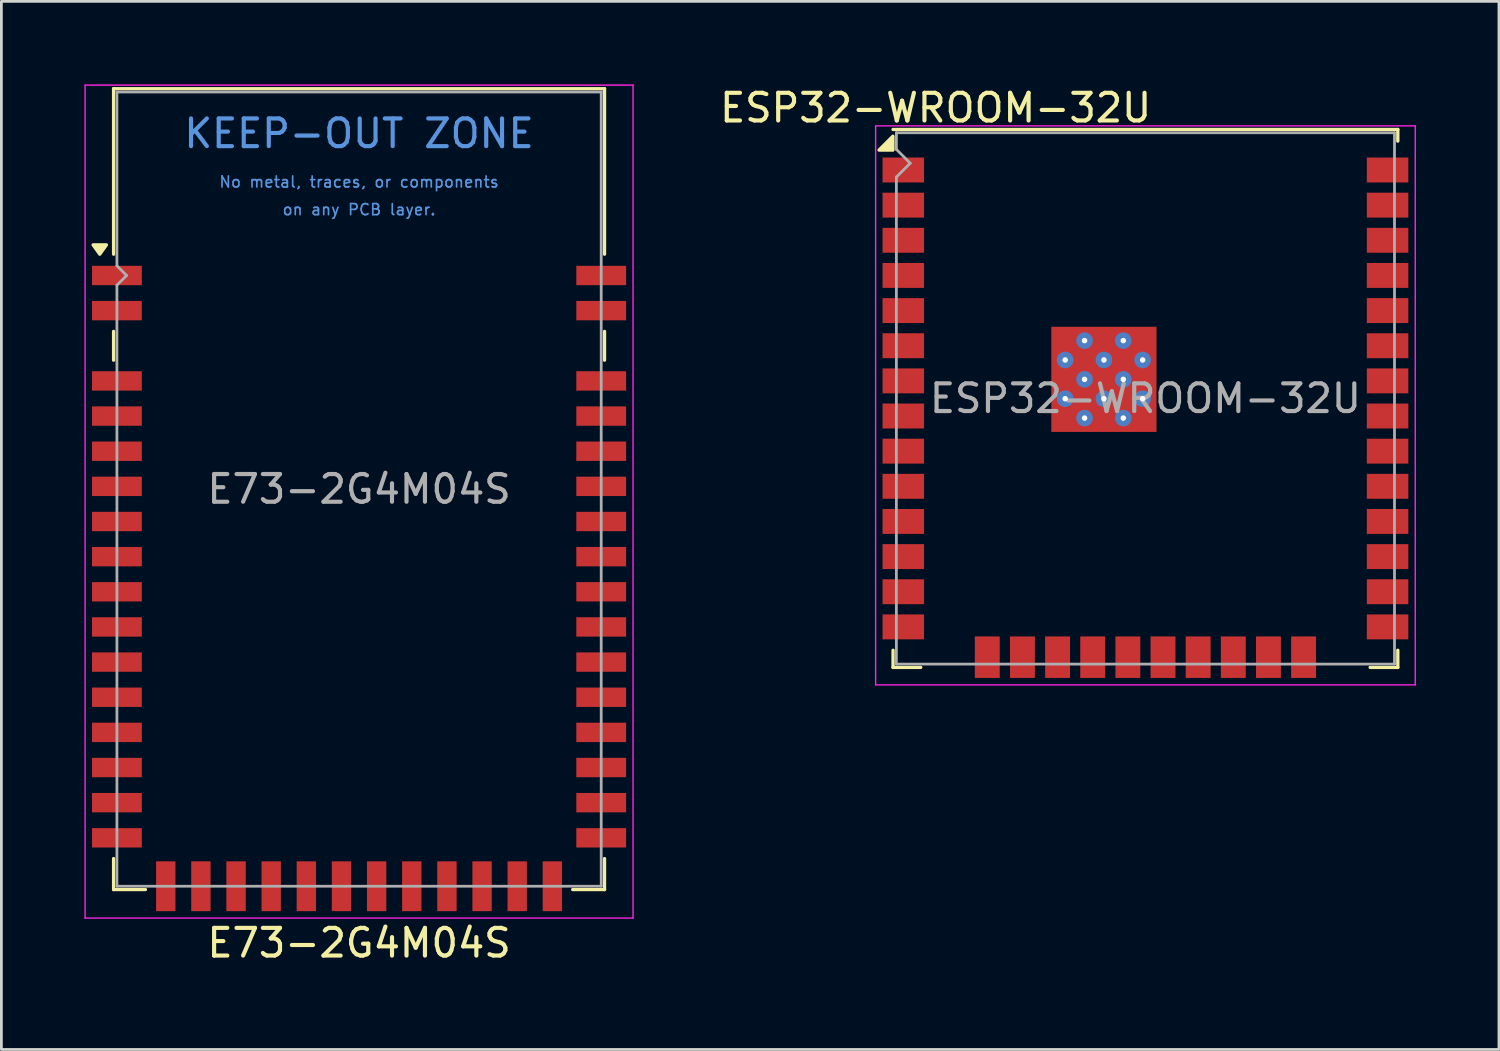
<source format=kicad_pcb>
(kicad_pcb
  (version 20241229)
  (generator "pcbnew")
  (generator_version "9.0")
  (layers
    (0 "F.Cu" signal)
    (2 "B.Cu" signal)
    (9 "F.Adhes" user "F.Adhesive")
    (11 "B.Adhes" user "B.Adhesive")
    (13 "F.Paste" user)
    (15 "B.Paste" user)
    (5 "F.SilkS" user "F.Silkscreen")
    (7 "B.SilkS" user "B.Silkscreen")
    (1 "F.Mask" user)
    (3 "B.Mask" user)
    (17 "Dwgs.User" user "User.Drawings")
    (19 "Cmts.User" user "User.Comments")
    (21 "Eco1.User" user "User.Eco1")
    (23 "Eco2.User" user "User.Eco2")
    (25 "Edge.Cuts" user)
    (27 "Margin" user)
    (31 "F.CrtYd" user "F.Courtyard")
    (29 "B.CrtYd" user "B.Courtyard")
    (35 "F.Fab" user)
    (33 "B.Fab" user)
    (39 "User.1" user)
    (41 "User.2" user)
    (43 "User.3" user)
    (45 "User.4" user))
  (footprint "ESP32-WROOM-32U"
    (layer "F.Cu")
    (at 38.341 11.348)
    (property "Reference" "ESP32-WROOM-32U" (at -7.58 -10.5 180) (layer "F.SilkS") (effects (font (size 1 1) (thickness 0.15))))
    (attr smd)
    (fp_line (start -9.12 -9.72) (end 9.12 -9.72) (stroke (width 0.12) (type solid)) (layer "F.SilkS"))
    (fp_line (start -9.12 9.1) (end -9.12 9.72) (stroke (width 0.12) (type solid)) (layer "F.SilkS"))
    (fp_line (start -9.12 9.72) (end -8.12 9.72) (stroke (width 0.12) (type solid)) (layer "F.SilkS"))
    (fp_line (start 9.12 -9.72) (end 9.12 -9.3) (stroke (width 0.12) (type solid)) (layer "F.SilkS"))
    (fp_line (start 9.12 9.1) (end 9.12 9.72) (stroke (width 0.12) (type solid)) (layer "F.SilkS"))
    (fp_line (start 9.12 9.72) (end 8.12 9.72) (stroke (width 0.12) (type solid)) (layer "F.SilkS"))
    (fp_poly (pts (xy -9.125 -8.975) (xy -9.625 -8.975) (xy -9.125 -9.475) (xy -9.125 -8.975)) (stroke (width 0.12) (type solid)) (fill yes) (layer "F.SilkS"))
    (fp_line (start -9.75 10.35) (end -9.75 -9.85) (stroke (width 0.05) (type solid)) (layer "F.CrtYd"))
    (fp_line (start -9.75 10.35) (end 9.75 10.35) (stroke (width 0.05) (type solid)) (layer "F.CrtYd"))
    (fp_line (start 9.75 -9.85) (end -9.75 -9.85) (stroke (width 0.05) (type solid)) (layer "F.CrtYd"))
    (fp_line (start 9.75 -9.85) (end 9.75 10.35) (stroke (width 0.05) (type solid)) (layer "F.CrtYd"))
    (fp_line (start -9 -9.6) (end -9 -9) (stroke (width 0.1) (type solid)) (layer "F.Fab"))
    (fp_line (start -9 -9.6) (end 9 -9.6) (stroke (width 0.1) (type solid)) (layer "F.Fab"))
    (fp_line (start -9 -8) (end -9 9.6) (stroke (width 0.1) (type solid)) (layer "F.Fab"))
    (fp_line (start -9 -8) (end -8.5 -8.5) (stroke (width 0.1) (type solid)) (layer "F.Fab"))
    (fp_line (start -9 9.6) (end 9 9.6) (stroke (width 0.1) (type solid)) (layer "F.Fab"))
    (fp_line (start -8.5 -8.5) (end -9 -9) (stroke (width 0.1) (type solid)) (layer "F.Fab"))
    (fp_line (start 9 9.6) (end 9 -9.6) (stroke (width 0.1) (type solid)) (layer "F.Fab"))
    (fp_text user "${REFERENCE}" (at 0 0 0) (layer "F.Fab") (effects (font (size 1 1) (thickness 0.15))))
    (pad "1" smd rect (at -8.75 -8.255) (size 1.5 0.9) (layers "F.Cu" "F.Mask" "F.Paste"))
    (pad "2" smd rect (at -8.75 -6.985) (size 1.5 0.9) (layers "F.Cu" "F.Mask" "F.Paste"))
    (pad "3" smd rect (at -8.75 -5.715) (size 1.5 0.9) (layers "F.Cu" "F.Mask" "F.Paste"))
    (pad "4" smd rect (at -8.75 -4.445) (size 1.5 0.9) (layers "F.Cu" "F.Mask" "F.Paste"))
    (pad "5" smd rect (at -8.75 -3.175) (size 1.5 0.9) (layers "F.Cu" "F.Mask" "F.Paste"))
    (pad "6" smd rect (at -8.75 -1.905) (size 1.5 0.9) (layers "F.Cu" "F.Mask" "F.Paste"))
    (pad "7" smd rect (at -8.75 -0.635) (size 1.5 0.9) (layers "F.Cu" "F.Mask" "F.Paste"))
    (pad "8" smd rect (at -8.75 0.635) (size 1.5 0.9) (layers "F.Cu" "F.Mask" "F.Paste"))
    (pad "9" smd rect (at -8.75 1.905) (size 1.5 0.9) (layers "F.Cu" "F.Mask" "F.Paste"))
    (pad "10" smd rect (at -8.75 3.175) (size 1.5 0.9) (layers "F.Cu" "F.Mask" "F.Paste"))
    (pad "11" smd rect (at -8.75 4.445) (size 1.5 0.9) (layers "F.Cu" "F.Mask" "F.Paste"))
    (pad "12" smd rect (at -8.75 5.715) (size 1.5 0.9) (layers "F.Cu" "F.Mask" "F.Paste"))
    (pad "13" smd rect (at -8.75 6.985) (size 1.5 0.9) (layers "F.Cu" "F.Mask" "F.Paste"))
    (pad "14" smd rect (at -8.75 8.255) (size 1.5 0.9) (layers "F.Cu" "F.Mask" "F.Paste"))
    (pad "15" smd rect (at -5.715 9.35 90) (size 1.5 0.9) (layers "F.Cu" "F.Mask" "F.Paste"))
    (pad "16" smd rect (at -4.445 9.35 90) (size 1.5 0.9) (layers "F.Cu" "F.Mask" "F.Paste"))
    (pad "17" smd rect (at -3.175 9.35 90) (size 1.5 0.9) (layers "F.Cu" "F.Mask" "F.Paste"))
    (pad "18" smd rect (at -1.905 9.35 90) (size 1.5 0.9) (layers "F.Cu" "F.Mask" "F.Paste"))
    (pad "19" smd rect (at -0.635 9.35 90) (size 1.5 0.9) (layers "F.Cu" "F.Mask" "F.Paste"))
    (pad "20" smd rect (at 0.635 9.35 90) (size 1.5 0.9) (layers "F.Cu" "F.Mask" "F.Paste"))
    (pad "21" smd rect (at 1.905 9.35 90) (size 1.5 0.9) (layers "F.Cu" "F.Mask" "F.Paste"))
    (pad "22" smd rect (at 3.175 9.35 90) (size 1.5 0.9) (layers "F.Cu" "F.Mask" "F.Paste"))
    (pad "23" smd rect (at 4.445 9.35 90) (size 1.5 0.9) (layers "F.Cu" "F.Mask" "F.Paste"))
    (pad "24" smd rect (at 5.715 9.35 90) (size 1.5 0.9) (layers "F.Cu" "F.Mask" "F.Paste"))
    (pad "25" smd rect (at 8.75 8.255) (size 1.5 0.9) (layers "F.Cu" "F.Mask" "F.Paste"))
    (pad "26" smd rect (at 8.75 6.985) (size 1.5 0.9) (layers "F.Cu" "F.Mask" "F.Paste"))
    (pad "27" smd rect (at 8.75 5.715) (size 1.5 0.9) (layers "F.Cu" "F.Mask" "F.Paste"))
    (pad "28" smd rect (at 8.75 4.445) (size 1.5 0.9) (layers "F.Cu" "F.Mask" "F.Paste"))
    (pad "29" smd rect (at 8.75 3.175) (size 1.5 0.9) (layers "F.Cu" "F.Mask" "F.Paste"))
    (pad "30" smd rect (at 8.75 1.905) (size 1.5 0.9) (layers "F.Cu" "F.Mask" "F.Paste"))
    (pad "31" smd rect (at 8.75 0.635) (size 1.5 0.9) (layers "F.Cu" "F.Mask" "F.Paste"))
    (pad "32" smd rect (at 8.75 -0.635) (size 1.5 0.9) (layers "F.Cu" "F.Mask" "F.Paste"))
    (pad "33" smd rect (at 8.75 -1.905) (size 1.5 0.9) (layers "F.Cu" "F.Mask" "F.Paste"))
    (pad "34" smd rect (at 8.75 -3.175) (size 1.5 0.9) (layers "F.Cu" "F.Mask" "F.Paste"))
    (pad "35" smd rect (at 8.75 -4.445) (size 1.5 0.9) (layers "F.Cu" "F.Mask" "F.Paste"))
    (pad "36" smd rect (at 8.75 -5.715) (size 1.5 0.9) (layers "F.Cu" "F.Mask" "F.Paste"))
    (pad "37" smd rect (at 8.75 -6.985) (size 1.5 0.9) (layers "F.Cu" "F.Mask" "F.Paste"))
    (pad "38" smd rect (at 8.75 -8.255) (size 1.5 0.9) (layers "F.Cu" "F.Mask" "F.Paste"))
    (pad "39" smd rect (at -2.9 -2.09) (size 0.9 0.9) (layers "F.Cu" "F.Paste"))
    (pad "39" thru_hole circle (at -2.9 -1.39) (size 0.6 0.6) (drill 0.2) (property pad_prop_heatsink) (layers "*.Cu" "F.Mask"))
    (pad "39" smd rect (at -2.9 -0.69) (size 0.9 0.9) (layers "F.Cu" "F.Paste"))
    (pad "39" thru_hole circle (at -2.9 0.01) (size 0.6 0.6) (drill 0.2) (property pad_prop_heatsink) (layers "*.Cu" "F.Mask"))
    (pad "39" smd rect (at -2.9 0.71) (size 0.9 0.9) (layers "F.Cu" "F.Paste"))
    (pad "39" thru_hole circle (at -2.2 -2.09) (size 0.6 0.6) (drill 0.2) (property pad_prop_heatsink) (layers "*.Cu" "F.Mask"))
    (pad "39" thru_hole circle (at -2.2 -0.69) (size 0.6 0.6) (drill 0.2) (property pad_prop_heatsink) (layers "*.Cu" "F.Mask"))
    (pad "39" thru_hole circle (at -2.2 0.71) (size 0.6 0.6) (drill 0.2) (property pad_prop_heatsink) (layers "*.Cu" "F.Mask"))
    (pad "39" smd rect (at -1.5 -2.09) (size 0.9 0.9) (layers "F.Cu" "F.Paste"))
    (pad "39" thru_hole circle (at -1.5 -1.39) (size 0.6 0.6) (drill 0.2) (property pad_prop_heatsink) (layers "*.Cu" "F.Mask"))
    (pad "39" smd rect (at -1.5 -0.69) (size 0.9 0.9) (layers "F.Cu" "F.Paste"))
    (pad "39" smd rect (at -1.5 -0.69) (size 3.8 3.8) (property pad_prop_heatsink) (layers "F.Cu" "F.Mask"))
    (pad "39" thru_hole circle (at -1.5 0.01) (size 0.6 0.6) (drill 0.2) (property pad_prop_heatsink) (layers "*.Cu" "F.Mask"))
    (pad "39" smd rect (at -1.5 0.71) (size 0.9 0.9) (layers "F.Cu" "F.Paste"))
    (pad "39" thru_hole circle (at -0.8 -2.09) (size 0.6 0.6) (drill 0.2) (property pad_prop_heatsink) (layers "*.Cu" "F.Mask"))
    (pad "39" thru_hole circle (at -0.8 -0.69) (size 0.6 0.6) (drill 0.2) (property pad_prop_heatsink) (layers "*.Cu" "F.Mask"))
    (pad "39" thru_hole circle (at -0.8 0.71) (size 0.6 0.6) (drill 0.2) (property pad_prop_heatsink) (layers "*.Cu" "F.Mask"))
    (pad "39" smd rect (at -0.1 -2.09) (size 0.9 0.9) (layers "F.Cu" "F.Paste"))
    (pad "39" thru_hole circle (at -0.1 -1.39) (size 0.6 0.6) (drill 0.2) (property pad_prop_heatsink) (layers "*.Cu" "F.Mask"))
    (pad "39" smd rect (at -0.1 -0.69) (size 0.9 0.9) (layers "F.Cu" "F.Paste"))
    (pad "39" thru_hole circle (at -0.1 0.01) (size 0.6 0.6) (drill 0.2) (property pad_prop_heatsink) (layers "*.Cu" "F.Mask"))
    (pad "39" smd rect (at -0.1 0.71) (size 0.9 0.9) (layers "F.Cu" "F.Paste")))
  (footprint "E73-2G4M04S"
    (layer "F.Cu")
    (at 9.925 14.625)
    (property "Reference" "E73-2G4M04S" (at 0 16.4 0) (layer "F.SilkS") (effects (font (size 1 1) (thickness 0.15))))
    (attr smd)
    (fp_line (start -8.87 -14.47) (end -8.87 -8.49) (stroke (width 0.12) (type solid)) (layer "F.SilkS"))
    (fp_line (start -8.87 -5.7) (end -8.87 -4.66) (stroke (width 0.12) (type solid)) (layer "F.SilkS"))
    (fp_line (start -8.87 14.47) (end -8.87 13.35) (stroke (width 0.12) (type solid)) (layer "F.SilkS"))
    (fp_line (start -8.87 14.47) (end -7.72 14.47) (stroke (width 0.12) (type solid)) (layer "F.SilkS"))
    (fp_line (start 8.87 -14.47) (end -8.87 -14.47) (stroke (width 0.12) (type solid)) (layer "F.SilkS"))
    (fp_line (start 8.87 -14.47) (end 8.87 -8.49) (stroke (width 0.12) (type solid)) (layer "F.SilkS"))
    (fp_line (start 8.87 -5.7) (end 8.87 -4.66) (stroke (width 0.12) (type solid)) (layer "F.SilkS"))
    (fp_line (start 8.87 14.47) (end 7.72 14.47) (stroke (width 0.12) (type solid)) (layer "F.SilkS"))
    (fp_line (start 8.87 14.47) (end 8.87 13.35) (stroke (width 0.12) (type solid)) (layer "F.SilkS"))
    (fp_poly (pts (xy -9.37 -8.49) (xy -9.61 -8.826) (xy -9.13 -8.826) (xy -9.37 -8.49)) (stroke (width 0.12) (type solid)) (fill yes) (layer "F.SilkS"))
    (fp_line (start -9.9 -14.6) (end -9.9 15.5) (stroke (width 0.05) (type solid)) (layer "F.CrtYd"))
    (fp_line (start -9.9 15.5) (end 9.9 15.5) (stroke (width 0.05) (type solid)) (layer "F.CrtYd"))
    (fp_line (start 9.9 -14.6) (end -9.9 -14.6) (stroke (width 0.05) (type solid)) (layer "F.CrtYd"))
    (fp_line (start 9.9 15.5) (end 9.9 -14.6) (stroke (width 0.05) (type solid)) (layer "F.CrtYd"))
    (fp_line (start -8.75 -8.07) (end -8.75 -14.35) (stroke (width 0.1) (type solid)) (layer "F.Fab"))
    (fp_line (start -8.75 -8.07) (end -8.4 -7.72) (stroke (width 0.1) (type solid)) (layer "F.Fab"))
    (fp_line (start -8.75 -7.37) (end -8.75 14.35) (stroke (width 0.1) (type solid)) (layer "F.Fab"))
    (fp_line (start -8.75 14.35) (end 8.75 14.35) (stroke (width 0.1) (type solid)) (layer "F.Fab"))
    (fp_line (start -8.4 -7.72) (end -8.75 -7.37) (stroke (width 0.1) (type solid)) (layer "F.Fab"))
    (fp_line (start 8.75 -14.35) (end -8.75 -14.35) (stroke (width 0.1) (type solid)) (layer "F.Fab"))
    (fp_line (start 8.75 14.35) (end 8.75 -14.35) (stroke (width 0.1) (type solid)) (layer "F.Fab"))
    (fp_text user "on any PCB layer." (at 0 -10.1 0) (layer "Cmts.User") (effects (font (size 0.4 0.4) (thickness 0.06))))
    (fp_text user "KEEP-OUT ZONE" (at 0 -12.85 0) (layer "Cmts.User") (effects (font (size 1 1) (thickness 0.15))))
    (fp_text user "No metal, traces, or components" (at 0 -11.1 0) (layer "Cmts.User") (effects (font (size 0.4 0.4) (thickness 0.06))))
    (fp_text user "${REFERENCE}" (at 0 0 0) (layer "F.Fab") (effects (font (size 1 1) (thickness 0.15))))
    (pad "0" smd rect (at -8.75 -7.72) (size 1.8 0.7) (layers "F.Cu" "F.Mask" "F.Paste"))
    (pad "1" smd rect (at -8.75 -6.45) (size 1.8 0.7) (layers "F.Cu" "F.Mask" "F.Paste"))
    (pad "2" smd rect (at -8.75 -3.91) (size 1.8 0.7) (layers "F.Cu" "F.Mask" "F.Paste"))
    (pad "3" smd rect (at -8.75 -2.64) (size 1.8 0.7) (layers "F.Cu" "F.Mask" "F.Paste"))
    (pad "4" smd rect (at -8.75 -1.37) (size 1.8 0.7) (layers "F.Cu" "F.Mask" "F.Paste"))
    (pad "5" smd rect (at -8.75 -0.1) (size 1.8 0.7) (layers "F.Cu" "F.Mask" "F.Paste"))
    (pad "6" smd rect (at -8.75 1.17) (size 1.8 0.7) (layers "F.Cu" "F.Mask" "F.Paste"))
    (pad "7" smd rect (at -8.75 2.44) (size 1.8 0.7) (layers "F.Cu" "F.Mask" "F.Paste"))
    (pad "8" smd rect (at -8.75 3.71) (size 1.8 0.7) (layers "F.Cu" "F.Mask" "F.Paste"))
    (pad "9" smd rect (at -8.75 4.98) (size 1.8 0.7) (layers "F.Cu" "F.Mask" "F.Paste"))
    (pad "10" smd rect (at -8.75 6.25) (size 1.8 0.7) (layers "F.Cu" "F.Mask" "F.Paste"))
    (pad "11" smd rect (at -8.75 7.52) (size 1.8 0.7) (layers "F.Cu" "F.Mask" "F.Paste"))
    (pad "12" smd rect (at -8.75 8.79) (size 1.8 0.7) (layers "F.Cu" "F.Mask" "F.Paste"))
    (pad "13" smd rect (at -8.75 10.06) (size 1.8 0.7) (layers "F.Cu" "F.Mask" "F.Paste"))
    (pad "14" smd rect (at -8.75 11.33) (size 1.8 0.7) (layers "F.Cu" "F.Mask" "F.Paste"))
    (pad "15" smd rect (at -8.75 12.6) (size 1.8 0.7) (layers "F.Cu" "F.Mask" "F.Paste"))
    (pad "16" smd rect (at -6.985 14.35) (size 0.7 1.8) (layers "F.Cu" "F.Mask" "F.Paste"))
    (pad "17" smd rect (at -5.715 14.35) (size 0.7 1.8) (layers "F.Cu" "F.Mask" "F.Paste"))
    (pad "18" smd rect (at -4.445 14.35) (size 0.7 1.8) (layers "F.Cu" "F.Mask" "F.Paste"))
    (pad "19" smd rect (at -3.175 14.35) (size 0.7 1.8) (layers "F.Cu" "F.Mask" "F.Paste"))
    (pad "20" smd rect (at -1.905 14.35) (size 0.7 1.8) (layers "F.Cu" "F.Mask" "F.Paste"))
    (pad "21" smd rect (at -0.635 14.35) (size 0.7 1.8) (layers "F.Cu" "F.Mask" "F.Paste"))
    (pad "22" smd rect (at 0.635 14.35) (size 0.7 1.8) (layers "F.Cu" "F.Mask" "F.Paste"))
    (pad "23" smd rect (at 1.905 14.35) (size 0.7 1.8) (layers "F.Cu" "F.Mask" "F.Paste"))
    (pad "24" smd rect (at 3.175 14.35) (size 0.7 1.8) (layers "F.Cu" "F.Mask" "F.Paste"))
    (pad "25" smd rect (at 4.445 14.35) (size 0.7 1.8) (layers "F.Cu" "F.Mask" "F.Paste"))
    (pad "26" smd rect (at 5.715 14.35) (size 0.7 1.8) (layers "F.Cu" "F.Mask" "F.Paste"))
    (pad "27" smd rect (at 6.985 14.35) (size 0.7 1.8) (layers "F.Cu" "F.Mask" "F.Paste"))
    (pad "28" smd rect (at 8.75 12.6) (size 1.8 0.7) (layers "F.Cu" "F.Mask" "F.Paste"))
    (pad "29" smd rect (at 8.75 11.33) (size 1.8 0.7) (layers "F.Cu" "F.Mask" "F.Paste"))
    (pad "30" smd rect (at 8.75 10.06) (size 1.8 0.7) (layers "F.Cu" "F.Mask" "F.Paste"))
    (pad "31" smd rect (at 8.75 8.79) (size 1.8 0.7) (layers "F.Cu" "F.Mask" "F.Paste"))
    (pad "32" smd rect (at 8.75 7.52) (size 1.8 0.7) (layers "F.Cu" "F.Mask" "F.Paste"))
    (pad "33" smd rect (at 8.75 6.25) (size 1.8 0.7) (layers "F.Cu" "F.Mask" "F.Paste"))
    (pad "34" smd rect (at 8.75 4.98) (size 1.8 0.7) (layers "F.Cu" "F.Mask" "F.Paste"))
    (pad "35" smd rect (at 8.75 3.71) (size 1.8 0.7) (layers "F.Cu" "F.Mask" "F.Paste"))
    (pad "36" smd rect (at 8.75 2.44) (size 1.8 0.7) (layers "F.Cu" "F.Mask" "F.Paste"))
    (pad "37" smd rect (at 8.75 1.17) (size 1.8 0.7) (layers "F.Cu" "F.Mask" "F.Paste"))
    (pad "38" smd rect (at 8.75 -0.1) (size 1.8 0.7) (layers "F.Cu" "F.Mask" "F.Paste"))
    (pad "39" smd rect (at 8.75 -1.37) (size 1.8 0.7) (layers "F.Cu" "F.Mask" "F.Paste"))
    (pad "40" smd rect (at 8.75 -2.64) (size 1.8 0.7) (layers "F.Cu" "F.Mask" "F.Paste"))
    (pad "41" smd rect (at 8.75 -3.91) (size 1.8 0.7) (layers "F.Cu" "F.Mask" "F.Paste"))
    (pad "42" smd rect (at 8.75 -6.45) (size 1.8 0.7) (layers "F.Cu" "F.Mask" "F.Paste"))
    (pad "43" smd rect (at 8.75 -7.72) (size 1.8 0.7) (layers "F.Cu" "F.Mask" "F.Paste"))
    (zone (net_name "") (layers "F.Cu" "B.Cu") (hatch full 0.508) (connect_pads) (min_thickness 0.254) (filled_areas_thickness no) (keepout (tracks not_allowed) (vias not_allowed) (pads not_allowed) (copperpour not_allowed) (footprints not_allowed)) (placement (enabled no)) (fill) (polygon (pts (xy 1.175 5.775) (xy 18.675 5.775) (xy 18.675 0.275) (xy 1.175 0.275)))))
  (gr_rect
    (start -3 -3)
    (end 51.116 34.873)
    (stroke (width 0.1) (type default))
    (fill no)
    (layer "Edge.Cuts")))
</source>
